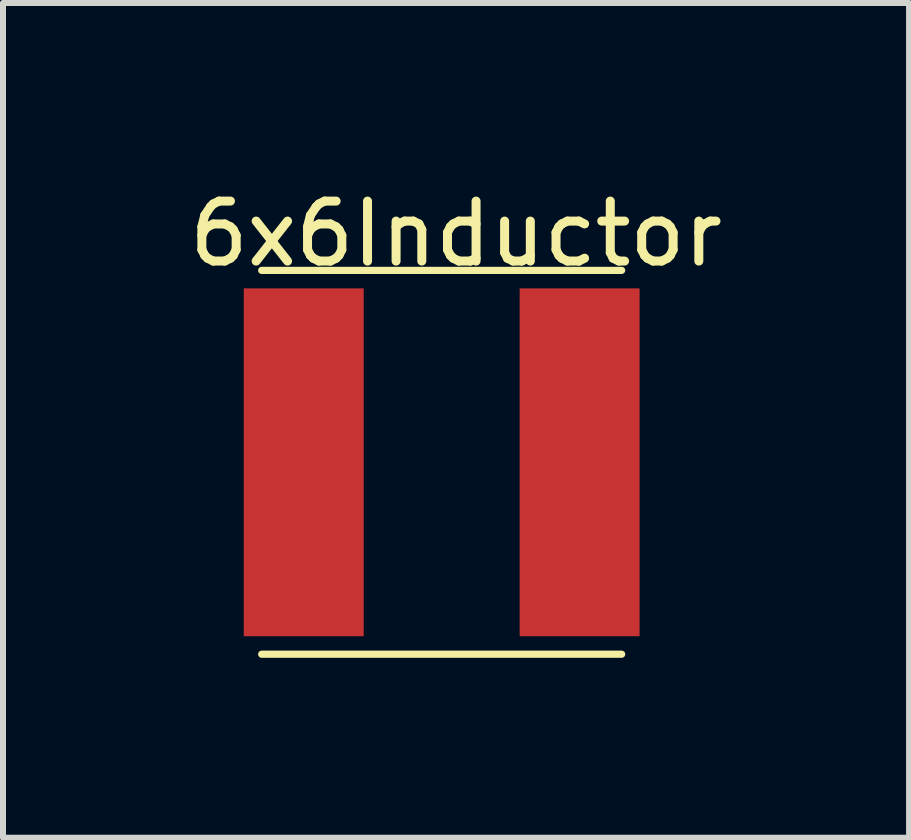
<source format=kicad_pcb>
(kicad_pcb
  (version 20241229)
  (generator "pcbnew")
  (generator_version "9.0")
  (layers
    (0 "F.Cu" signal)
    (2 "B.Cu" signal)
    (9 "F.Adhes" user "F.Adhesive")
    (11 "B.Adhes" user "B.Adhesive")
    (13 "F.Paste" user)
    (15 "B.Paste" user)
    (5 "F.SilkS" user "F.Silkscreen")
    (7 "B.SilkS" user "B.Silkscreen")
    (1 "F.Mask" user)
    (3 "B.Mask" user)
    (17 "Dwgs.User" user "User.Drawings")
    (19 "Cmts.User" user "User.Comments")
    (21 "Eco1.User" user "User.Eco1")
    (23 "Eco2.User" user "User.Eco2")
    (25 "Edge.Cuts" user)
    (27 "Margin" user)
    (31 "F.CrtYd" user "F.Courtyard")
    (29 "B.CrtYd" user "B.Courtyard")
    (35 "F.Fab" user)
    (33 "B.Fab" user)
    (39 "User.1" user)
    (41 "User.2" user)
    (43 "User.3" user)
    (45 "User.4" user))
  (footprint "6x6Inductor"
    (layer "F.Cu")
    (at 2.014 4.658)
    (property "Reference" "6x6Inductor" (at 2.54 -3.81 0) (layer "F.SilkS") (effects (font (size 1 1) (thickness 0.15))))
    (attr through_hole)
    (fp_line (start -0.701 -3.2) (end 5.301 -3.2) (stroke (width 0.12) (type solid)) (layer "F.SilkS"))
    (fp_line (start -0.701 3.2) (end 5.301 3.2) (stroke (width 0.12) (type solid)) (layer "F.SilkS"))
    (pad "1" smd rect (at 0 0) (size 2 5.8) (layers "F.Cu" "F.Mask" "F.Paste"))
    (pad "2" smd rect (at 4.6 0) (size 2 5.8) (layers "F.Cu" "F.Mask" "F.Paste")))
  (gr_rect
    (start -3 -3)
    (end 12.107 10.918)
    (stroke (width 0.1) (type default))
    (fill no)
    (layer "Edge.Cuts")))
</source>
